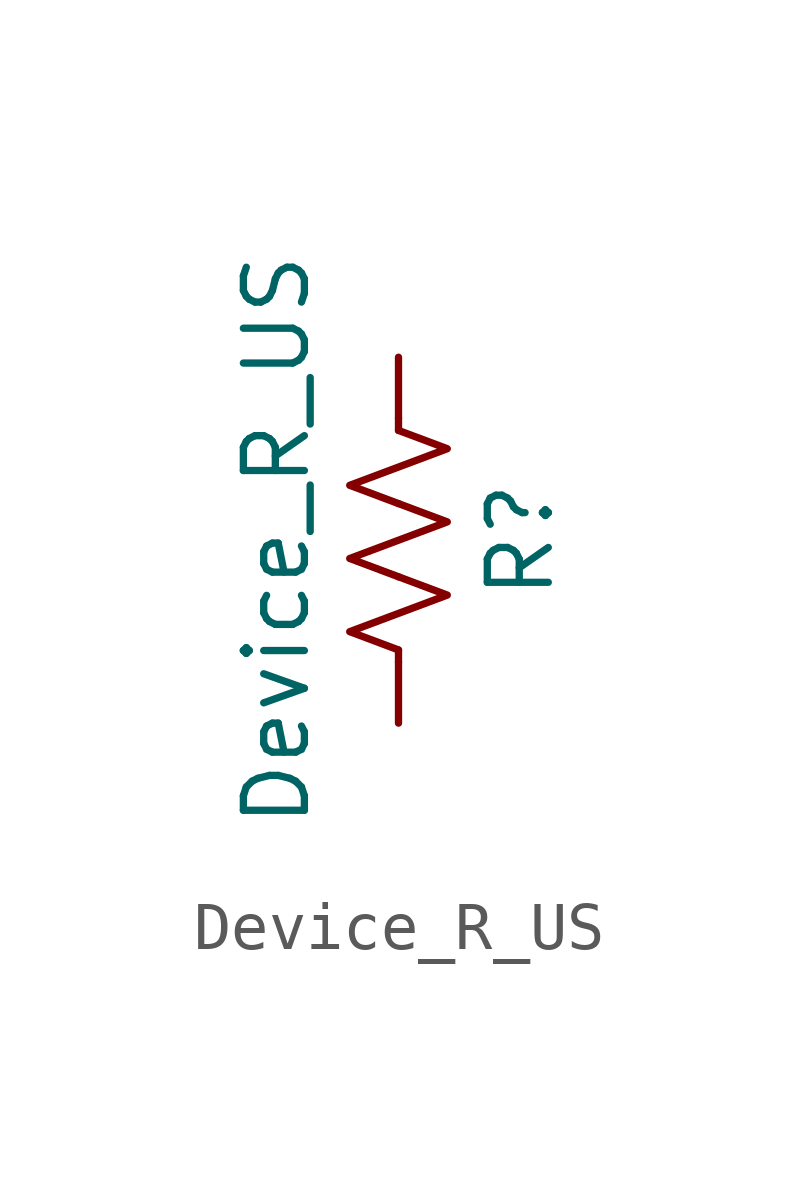
<source format=kicad_sym>
(kicad_symbol_lib
  (version 20220914)
  (generator kicad_symbol_editor)
  (symbol "Device_R_US"
    (pin_numbers hide)
    (pin_names
      (offset 0))
    (property "Reference" "R"
      (at 2.54 0 90)
      (effects (font (size 1.27 1.27))))
    (property "Value" "Device_R_US"
      (at -2.54 0 90)
      (effects (font (size 1.27 1.27))))
    (symbol "Device_R_US_0_1"
      (polyline (pts (xy 0 -2.286) (xy 0 -2.54)) (stroke (width 0) (type default)) (fill (type none)))
      (polyline (pts (xy 0 2.286) (xy 0 2.54)) (stroke (width 0) (type default)) (fill (type none)))
      (polyline (pts (xy 0 -0.762) (xy 1.016 -1.143) (xy 0 -1.524) (xy -1.016 -1.905) (xy 0 -2.286)) (stroke (width 0) (type default)) (fill (type none)))
      (polyline (pts (xy 0 0.762) (xy 1.016 0.381) (xy 0 0) (xy -1.016 -0.381) (xy 0 -0.762)) (stroke (width 0) (type default)) (fill (type none)))
      (polyline (pts (xy 0 2.286) (xy 1.016 1.905) (xy 0 1.524) (xy -1.016 1.143) (xy 0 0.762)) (stroke (width 0) (type default)) (fill (type none))))
    (symbol "Device_R_US_1_1"
      (pin passive line (at 0 3.81 270) (length 1.27) (name "~" (effects (font (size 1.27 1.27)))) (number "1" (effects (font (size 1.27 1.27)))))
      (pin passive line (at 0 -3.81 90) (length 1.27) (name "~" (effects (font (size 1.27 1.27)))) (number "2" (effects (font (size 1.27 1.27))))))))
</source>
